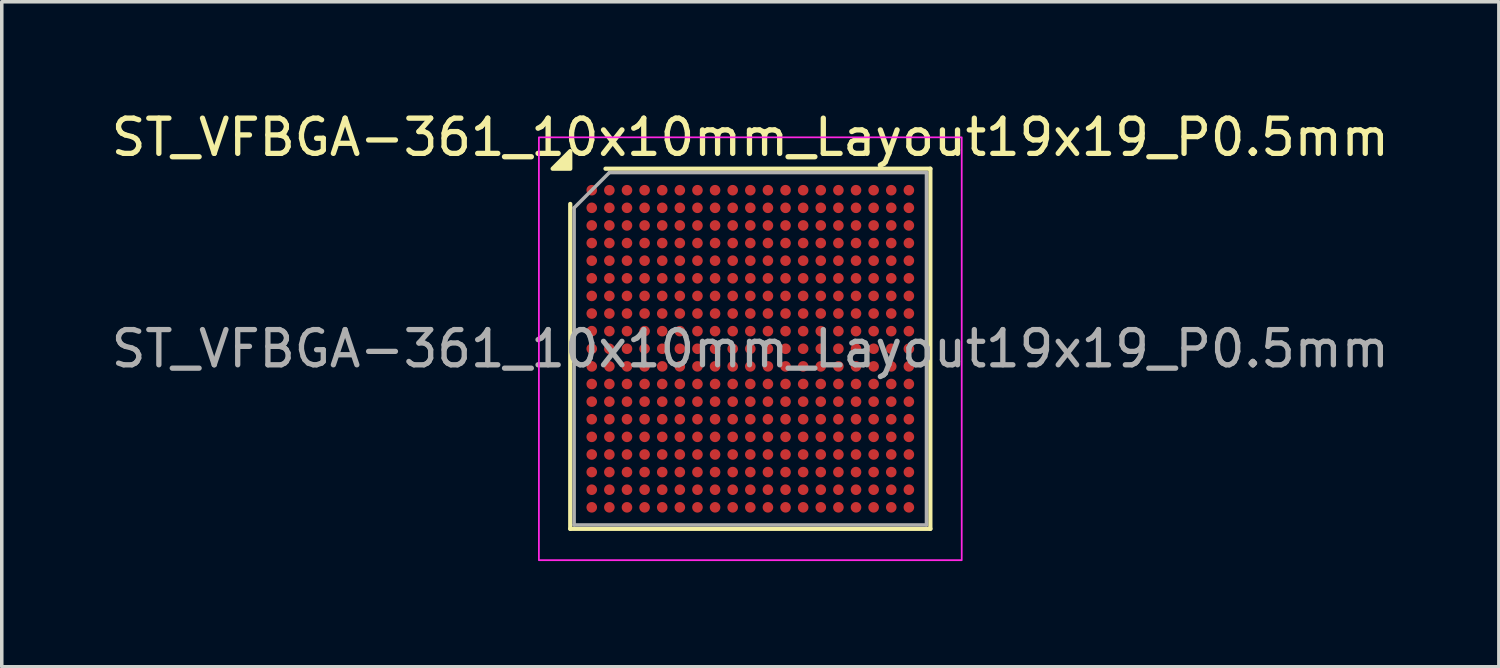
<source format=kicad_pcb>
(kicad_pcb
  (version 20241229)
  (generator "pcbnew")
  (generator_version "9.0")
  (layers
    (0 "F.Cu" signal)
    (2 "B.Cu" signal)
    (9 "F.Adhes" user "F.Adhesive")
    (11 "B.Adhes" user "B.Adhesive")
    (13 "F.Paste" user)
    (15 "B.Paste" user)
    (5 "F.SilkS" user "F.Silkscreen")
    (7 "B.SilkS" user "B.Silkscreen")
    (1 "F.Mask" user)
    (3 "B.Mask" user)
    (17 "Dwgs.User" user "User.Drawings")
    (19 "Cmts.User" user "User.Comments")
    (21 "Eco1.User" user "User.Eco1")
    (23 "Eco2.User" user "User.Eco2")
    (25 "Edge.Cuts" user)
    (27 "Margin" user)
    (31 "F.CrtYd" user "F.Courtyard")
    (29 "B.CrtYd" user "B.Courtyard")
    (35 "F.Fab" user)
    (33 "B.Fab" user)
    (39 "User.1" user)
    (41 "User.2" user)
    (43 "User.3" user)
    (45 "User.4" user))
  (footprint "ST_VFBGA-361_10x10mm_Layout19x19_P0.5mm"
    (layer "F.Cu")
    (at 18.244 6.848)
    (property "Reference" "ST_VFBGA-361_10x10mm_Layout19x19_P0.5mm" (at 0 -6 0) (layer "F.SilkS") (effects (font (size 1 1) (thickness 0.15))))
    (attr smd)
    (fp_line (start -5.11 5.11) (end -5.11 -4.11) (stroke (width 0.12) (type solid)) (layer "F.SilkS"))
    (fp_line (start -4.11 -5.11) (end 5.11 -5.11) (stroke (width 0.12) (type solid)) (layer "F.SilkS"))
    (fp_line (start 5.11 -5.11) (end 5.11 5.11) (stroke (width 0.12) (type solid)) (layer "F.SilkS"))
    (fp_line (start 5.11 5.11) (end -5.11 5.11) (stroke (width 0.12) (type solid)) (layer "F.SilkS"))
    (fp_poly (pts (xy -5.11 -5.11) (xy -5.61 -5.11) (xy -5.11 -5.61)) (stroke (width 0.12) (type solid)) (fill yes) (layer "F.SilkS"))
    (fp_rect (start -6 -6) (end 6 6) (stroke (width 0.05) (type solid)) (fill no) (layer "F.CrtYd"))
    (fp_line (start -5 -4) (end -4 -5) (stroke (width 0.1) (type solid)) (layer "F.Fab"))
    (fp_line (start -5 5) (end -5 -4) (stroke (width 0.1) (type solid)) (layer "F.Fab"))
    (fp_line (start -4 -5) (end 5 -5) (stroke (width 0.1) (type solid)) (layer "F.Fab"))
    (fp_line (start 5 -5) (end 5 5) (stroke (width 0.1) (type solid)) (layer "F.Fab"))
    (fp_line (start 5 5) (end -5 5) (stroke (width 0.1) (type solid)) (layer "F.Fab"))
    (fp_text user "${REFERENCE}" (at 0 0 0) (layer "F.Fab") (effects (font (size 1 1) (thickness 0.15))))
    (pad "A1" smd circle (at -4.5 -4.5) (size 0.3 0.3) (property pad_prop_bga) (layers "F.Cu" "F.Mask" "F.Paste"))
    (pad "A2" smd circle (at -4 -4.5) (size 0.3 0.3) (property pad_prop_bga) (layers "F.Cu" "F.Mask" "F.Paste"))
    (pad "A3" smd circle (at -3.5 -4.5) (size 0.3 0.3) (property pad_prop_bga) (layers "F.Cu" "F.Mask" "F.Paste"))
    (pad "A4" smd circle (at -3 -4.5) (size 0.3 0.3) (property pad_prop_bga) (layers "F.Cu" "F.Mask" "F.Paste"))
    (pad "A5" smd circle (at -2.5 -4.5) (size 0.3 0.3) (property pad_prop_bga) (layers "F.Cu" "F.Mask" "F.Paste"))
    (pad "A6" smd circle (at -2 -4.5) (size 0.3 0.3) (property pad_prop_bga) (layers "F.Cu" "F.Mask" "F.Paste"))
    (pad "A7" smd circle (at -1.5 -4.5) (size 0.3 0.3) (property pad_prop_bga) (layers "F.Cu" "F.Mask" "F.Paste"))
    (pad "A8" smd circle (at -1 -4.5) (size 0.3 0.3) (property pad_prop_bga) (layers "F.Cu" "F.Mask" "F.Paste"))
    (pad "A9" smd circle (at -0.5 -4.5) (size 0.3 0.3) (property pad_prop_bga) (layers "F.Cu" "F.Mask" "F.Paste"))
    (pad "A10" smd circle (at 0 -4.5) (size 0.3 0.3) (property pad_prop_bga) (layers "F.Cu" "F.Mask" "F.Paste"))
    (pad "A11" smd circle (at 0.5 -4.5) (size 0.3 0.3) (property pad_prop_bga) (layers "F.Cu" "F.Mask" "F.Paste"))
    (pad "A12" smd circle (at 1 -4.5) (size 0.3 0.3) (property pad_prop_bga) (layers "F.Cu" "F.Mask" "F.Paste"))
    (pad "A13" smd circle (at 1.5 -4.5) (size 0.3 0.3) (property pad_prop_bga) (layers "F.Cu" "F.Mask" "F.Paste"))
    (pad "A14" smd circle (at 2 -4.5) (size 0.3 0.3) (property pad_prop_bga) (layers "F.Cu" "F.Mask" "F.Paste"))
    (pad "A15" smd circle (at 2.5 -4.5) (size 0.3 0.3) (property pad_prop_bga) (layers "F.Cu" "F.Mask" "F.Paste"))
    (pad "A16" smd circle (at 3 -4.5) (size 0.3 0.3) (property pad_prop_bga) (layers "F.Cu" "F.Mask" "F.Paste"))
    (pad "A17" smd circle (at 3.5 -4.5) (size 0.3 0.3) (property pad_prop_bga) (layers "F.Cu" "F.Mask" "F.Paste"))
    (pad "A18" smd circle (at 4 -4.5) (size 0.3 0.3) (property pad_prop_bga) (layers "F.Cu" "F.Mask" "F.Paste"))
    (pad "A19" smd circle (at 4.5 -4.5) (size 0.3 0.3) (property pad_prop_bga) (layers "F.Cu" "F.Mask" "F.Paste"))
    (pad "B1" smd circle (at -4.5 -4) (size 0.3 0.3) (property pad_prop_bga) (layers "F.Cu" "F.Mask" "F.Paste"))
    (pad "B2" smd circle (at -4 -4) (size 0.3 0.3) (property pad_prop_bga) (layers "F.Cu" "F.Mask" "F.Paste"))
    (pad "B3" smd circle (at -3.5 -4) (size 0.3 0.3) (property pad_prop_bga) (layers "F.Cu" "F.Mask" "F.Paste"))
    (pad "B4" smd circle (at -3 -4) (size 0.3 0.3) (property pad_prop_bga) (layers "F.Cu" "F.Mask" "F.Paste"))
    (pad "B5" smd circle (at -2.5 -4) (size 0.3 0.3) (property pad_prop_bga) (layers "F.Cu" "F.Mask" "F.Paste"))
    (pad "B6" smd circle (at -2 -4) (size 0.3 0.3) (property pad_prop_bga) (layers "F.Cu" "F.Mask" "F.Paste"))
    (pad "B7" smd circle (at -1.5 -4) (size 0.3 0.3) (property pad_prop_bga) (layers "F.Cu" "F.Mask" "F.Paste"))
    (pad "B8" smd circle (at -1 -4) (size 0.3 0.3) (property pad_prop_bga) (layers "F.Cu" "F.Mask" "F.Paste"))
    (pad "B9" smd circle (at -0.5 -4) (size 0.3 0.3) (property pad_prop_bga) (layers "F.Cu" "F.Mask" "F.Paste"))
    (pad "B10" smd circle (at 0 -4) (size 0.3 0.3) (property pad_prop_bga) (layers "F.Cu" "F.Mask" "F.Paste"))
    (pad "B11" smd circle (at 0.5 -4) (size 0.3 0.3) (property pad_prop_bga) (layers "F.Cu" "F.Mask" "F.Paste"))
    (pad "B12" smd circle (at 1 -4) (size 0.3 0.3) (property pad_prop_bga) (layers "F.Cu" "F.Mask" "F.Paste"))
    (pad "B13" smd circle (at 1.5 -4) (size 0.3 0.3) (property pad_prop_bga) (layers "F.Cu" "F.Mask" "F.Paste"))
    (pad "B14" smd circle (at 2 -4) (size 0.3 0.3) (property pad_prop_bga) (layers "F.Cu" "F.Mask" "F.Paste"))
    (pad "B15" smd circle (at 2.5 -4) (size 0.3 0.3) (property pad_prop_bga) (layers "F.Cu" "F.Mask" "F.Paste"))
    (pad "B16" smd circle (at 3 -4) (size 0.3 0.3) (property pad_prop_bga) (layers "F.Cu" "F.Mask" "F.Paste"))
    (pad "B17" smd circle (at 3.5 -4) (size 0.3 0.3) (property pad_prop_bga) (layers "F.Cu" "F.Mask" "F.Paste"))
    (pad "B18" smd circle (at 4 -4) (size 0.3 0.3) (property pad_prop_bga) (layers "F.Cu" "F.Mask" "F.Paste"))
    (pad "B19" smd circle (at 4.5 -4) (size 0.3 0.3) (property pad_prop_bga) (layers "F.Cu" "F.Mask" "F.Paste"))
    (pad "C1" smd circle (at -4.5 -3.5) (size 0.3 0.3) (property pad_prop_bga) (layers "F.Cu" "F.Mask" "F.Paste"))
    (pad "C2" smd circle (at -4 -3.5) (size 0.3 0.3) (property pad_prop_bga) (layers "F.Cu" "F.Mask" "F.Paste"))
    (pad "C3" smd circle (at -3.5 -3.5) (size 0.3 0.3) (property pad_prop_bga) (layers "F.Cu" "F.Mask" "F.Paste"))
    (pad "C4" smd circle (at -3 -3.5) (size 0.3 0.3) (property pad_prop_bga) (layers "F.Cu" "F.Mask" "F.Paste"))
    (pad "C5" smd circle (at -2.5 -3.5) (size 0.3 0.3) (property pad_prop_bga) (layers "F.Cu" "F.Mask" "F.Paste"))
    (pad "C6" smd circle (at -2 -3.5) (size 0.3 0.3) (property pad_prop_bga) (layers "F.Cu" "F.Mask" "F.Paste"))
    (pad "C7" smd circle (at -1.5 -3.5) (size 0.3 0.3) (property pad_prop_bga) (layers "F.Cu" "F.Mask" "F.Paste"))
    (pad "C8" smd circle (at -1 -3.5) (size 0.3 0.3) (property pad_prop_bga) (layers "F.Cu" "F.Mask" "F.Paste"))
    (pad "C9" smd circle (at -0.5 -3.5) (size 0.3 0.3) (property pad_prop_bga) (layers "F.Cu" "F.Mask" "F.Paste"))
    (pad "C10" smd circle (at 0 -3.5) (size 0.3 0.3) (property pad_prop_bga) (layers "F.Cu" "F.Mask" "F.Paste"))
    (pad "C11" smd circle (at 0.5 -3.5) (size 0.3 0.3) (property pad_prop_bga) (layers "F.Cu" "F.Mask" "F.Paste"))
    (pad "C12" smd circle (at 1 -3.5) (size 0.3 0.3) (property pad_prop_bga) (layers "F.Cu" "F.Mask" "F.Paste"))
    (pad "C13" smd circle (at 1.5 -3.5) (size 0.3 0.3) (property pad_prop_bga) (layers "F.Cu" "F.Mask" "F.Paste"))
    (pad "C14" smd circle (at 2 -3.5) (size 0.3 0.3) (property pad_prop_bga) (layers "F.Cu" "F.Mask" "F.Paste"))
    (pad "C15" smd circle (at 2.5 -3.5) (size 0.3 0.3) (property pad_prop_bga) (layers "F.Cu" "F.Mask" "F.Paste"))
    (pad "C16" smd circle (at 3 -3.5) (size 0.3 0.3) (property pad_prop_bga) (layers "F.Cu" "F.Mask" "F.Paste"))
    (pad "C17" smd circle (at 3.5 -3.5) (size 0.3 0.3) (property pad_prop_bga) (layers "F.Cu" "F.Mask" "F.Paste"))
    (pad "C18" smd circle (at 4 -3.5) (size 0.3 0.3) (property pad_prop_bga) (layers "F.Cu" "F.Mask" "F.Paste"))
    (pad "C19" smd circle (at 4.5 -3.5) (size 0.3 0.3) (property pad_prop_bga) (layers "F.Cu" "F.Mask" "F.Paste"))
    (pad "D1" smd circle (at -4.5 -3) (size 0.3 0.3) (property pad_prop_bga) (layers "F.Cu" "F.Mask" "F.Paste"))
    (pad "D2" smd circle (at -4 -3) (size 0.3 0.3) (property pad_prop_bga) (layers "F.Cu" "F.Mask" "F.Paste"))
    (pad "D3" smd circle (at -3.5 -3) (size 0.3 0.3) (property pad_prop_bga) (layers "F.Cu" "F.Mask" "F.Paste"))
    (pad "D4" smd circle (at -3 -3) (size 0.3 0.3) (property pad_prop_bga) (layers "F.Cu" "F.Mask" "F.Paste"))
    (pad "D5" smd circle (at -2.5 -3) (size 0.3 0.3) (property pad_prop_bga) (layers "F.Cu" "F.Mask" "F.Paste"))
    (pad "D6" smd circle (at -2 -3) (size 0.3 0.3) (property pad_prop_bga) (layers "F.Cu" "F.Mask" "F.Paste"))
    (pad "D7" smd circle (at -1.5 -3) (size 0.3 0.3) (property pad_prop_bga) (layers "F.Cu" "F.Mask" "F.Paste"))
    (pad "D8" smd circle (at -1 -3) (size 0.3 0.3) (property pad_prop_bga) (layers "F.Cu" "F.Mask" "F.Paste"))
    (pad "D9" smd circle (at -0.5 -3) (size 0.3 0.3) (property pad_prop_bga) (layers "F.Cu" "F.Mask" "F.Paste"))
    (pad "D10" smd circle (at 0 -3) (size 0.3 0.3) (property pad_prop_bga) (layers "F.Cu" "F.Mask" "F.Paste"))
    (pad "D11" smd circle (at 0.5 -3) (size 0.3 0.3) (property pad_prop_bga) (layers "F.Cu" "F.Mask" "F.Paste"))
    (pad "D12" smd circle (at 1 -3) (size 0.3 0.3) (property pad_prop_bga) (layers "F.Cu" "F.Mask" "F.Paste"))
    (pad "D13" smd circle (at 1.5 -3) (size 0.3 0.3) (property pad_prop_bga) (layers "F.Cu" "F.Mask" "F.Paste"))
    (pad "D14" smd circle (at 2 -3) (size 0.3 0.3) (property pad_prop_bga) (layers "F.Cu" "F.Mask" "F.Paste"))
    (pad "D15" smd circle (at 2.5 -3) (size 0.3 0.3) (property pad_prop_bga) (layers "F.Cu" "F.Mask" "F.Paste"))
    (pad "D16" smd circle (at 3 -3) (size 0.3 0.3) (property pad_prop_bga) (layers "F.Cu" "F.Mask" "F.Paste"))
    (pad "D17" smd circle (at 3.5 -3) (size 0.3 0.3) (property pad_prop_bga) (layers "F.Cu" "F.Mask" "F.Paste"))
    (pad "D18" smd circle (at 4 -3) (size 0.3 0.3) (property pad_prop_bga) (layers "F.Cu" "F.Mask" "F.Paste"))
    (pad "D19" smd circle (at 4.5 -3) (size 0.3 0.3) (property pad_prop_bga) (layers "F.Cu" "F.Mask" "F.Paste"))
    (pad "E1" smd circle (at -4.5 -2.5) (size 0.3 0.3) (property pad_prop_bga) (layers "F.Cu" "F.Mask" "F.Paste"))
    (pad "E2" smd circle (at -4 -2.5) (size 0.3 0.3) (property pad_prop_bga) (layers "F.Cu" "F.Mask" "F.Paste"))
    (pad "E3" smd circle (at -3.5 -2.5) (size 0.3 0.3) (property pad_prop_bga) (layers "F.Cu" "F.Mask" "F.Paste"))
    (pad "E4" smd circle (at -3 -2.5) (size 0.3 0.3) (property pad_prop_bga) (layers "F.Cu" "F.Mask" "F.Paste"))
    (pad "E5" smd circle (at -2.5 -2.5) (size 0.3 0.3) (property pad_prop_bga) (layers "F.Cu" "F.Mask" "F.Paste"))
    (pad "E6" smd circle (at -2 -2.5) (size 0.3 0.3) (property pad_prop_bga) (layers "F.Cu" "F.Mask" "F.Paste"))
    (pad "E7" smd circle (at -1.5 -2.5) (size 0.3 0.3) (property pad_prop_bga) (layers "F.Cu" "F.Mask" "F.Paste"))
    (pad "E8" smd circle (at -1 -2.5) (size 0.3 0.3) (property pad_prop_bga) (layers "F.Cu" "F.Mask" "F.Paste"))
    (pad "E9" smd circle (at -0.5 -2.5) (size 0.3 0.3) (property pad_prop_bga) (layers "F.Cu" "F.Mask" "F.Paste"))
    (pad "E10" smd circle (at 0 -2.5) (size 0.3 0.3) (property pad_prop_bga) (layers "F.Cu" "F.Mask" "F.Paste"))
    (pad "E11" smd circle (at 0.5 -2.5) (size 0.3 0.3) (property pad_prop_bga) (layers "F.Cu" "F.Mask" "F.Paste"))
    (pad "E12" smd circle (at 1 -2.5) (size 0.3 0.3) (property pad_prop_bga) (layers "F.Cu" "F.Mask" "F.Paste"))
    (pad "E13" smd circle (at 1.5 -2.5) (size 0.3 0.3) (property pad_prop_bga) (layers "F.Cu" "F.Mask" "F.Paste"))
    (pad "E14" smd circle (at 2 -2.5) (size 0.3 0.3) (property pad_prop_bga) (layers "F.Cu" "F.Mask" "F.Paste"))
    (pad "E15" smd circle (at 2.5 -2.5) (size 0.3 0.3) (property pad_prop_bga) (layers "F.Cu" "F.Mask" "F.Paste"))
    (pad "E16" smd circle (at 3 -2.5) (size 0.3 0.3) (property pad_prop_bga) (layers "F.Cu" "F.Mask" "F.Paste"))
    (pad "E17" smd circle (at 3.5 -2.5) (size 0.3 0.3) (property pad_prop_bga) (layers "F.Cu" "F.Mask" "F.Paste"))
    (pad "E18" smd circle (at 4 -2.5) (size 0.3 0.3) (property pad_prop_bga) (layers "F.Cu" "F.Mask" "F.Paste"))
    (pad "E19" smd circle (at 4.5 -2.5) (size 0.3 0.3) (property pad_prop_bga) (layers "F.Cu" "F.Mask" "F.Paste"))
    (pad "F1" smd circle (at -4.5 -2) (size 0.3 0.3) (property pad_prop_bga) (layers "F.Cu" "F.Mask" "F.Paste"))
    (pad "F2" smd circle (at -4 -2) (size 0.3 0.3) (property pad_prop_bga) (layers "F.Cu" "F.Mask" "F.Paste"))
    (pad "F3" smd circle (at -3.5 -2) (size 0.3 0.3) (property pad_prop_bga) (layers "F.Cu" "F.Mask" "F.Paste"))
    (pad "F4" smd circle (at -3 -2) (size 0.3 0.3) (property pad_prop_bga) (layers "F.Cu" "F.Mask" "F.Paste"))
    (pad "F5" smd circle (at -2.5 -2) (size 0.3 0.3) (property pad_prop_bga) (layers "F.Cu" "F.Mask" "F.Paste"))
    (pad "F6" smd circle (at -2 -2) (size 0.3 0.3) (property pad_prop_bga) (layers "F.Cu" "F.Mask" "F.Paste"))
    (pad "F7" smd circle (at -1.5 -2) (size 0.3 0.3) (property pad_prop_bga) (layers "F.Cu" "F.Mask" "F.Paste"))
    (pad "F8" smd circle (at -1 -2) (size 0.3 0.3) (property pad_prop_bga) (layers "F.Cu" "F.Mask" "F.Paste"))
    (pad "F9" smd circle (at -0.5 -2) (size 0.3 0.3) (property pad_prop_bga) (layers "F.Cu" "F.Mask" "F.Paste"))
    (pad "F10" smd circle (at 0 -2) (size 0.3 0.3) (property pad_prop_bga) (layers "F.Cu" "F.Mask" "F.Paste"))
    (pad "F11" smd circle (at 0.5 -2) (size 0.3 0.3) (property pad_prop_bga) (layers "F.Cu" "F.Mask" "F.Paste"))
    (pad "F12" smd circle (at 1 -2) (size 0.3 0.3) (property pad_prop_bga) (layers "F.Cu" "F.Mask" "F.Paste"))
    (pad "F13" smd circle (at 1.5 -2) (size 0.3 0.3) (property pad_prop_bga) (layers "F.Cu" "F.Mask" "F.Paste"))
    (pad "F14" smd circle (at 2 -2) (size 0.3 0.3) (property pad_prop_bga) (layers "F.Cu" "F.Mask" "F.Paste"))
    (pad "F15" smd circle (at 2.5 -2) (size 0.3 0.3) (property pad_prop_bga) (layers "F.Cu" "F.Mask" "F.Paste"))
    (pad "F16" smd circle (at 3 -2) (size 0.3 0.3) (property pad_prop_bga) (layers "F.Cu" "F.Mask" "F.Paste"))
    (pad "F17" smd circle (at 3.5 -2) (size 0.3 0.3) (property pad_prop_bga) (layers "F.Cu" "F.Mask" "F.Paste"))
    (pad "F18" smd circle (at 4 -2) (size 0.3 0.3) (property pad_prop_bga) (layers "F.Cu" "F.Mask" "F.Paste"))
    (pad "F19" smd circle (at 4.5 -2) (size 0.3 0.3) (property pad_prop_bga) (layers "F.Cu" "F.Mask" "F.Paste"))
    (pad "G1" smd circle (at -4.5 -1.5) (size 0.3 0.3) (property pad_prop_bga) (layers "F.Cu" "F.Mask" "F.Paste"))
    (pad "G2" smd circle (at -4 -1.5) (size 0.3 0.3) (property pad_prop_bga) (layers "F.Cu" "F.Mask" "F.Paste"))
    (pad "G3" smd circle (at -3.5 -1.5) (size 0.3 0.3) (property pad_prop_bga) (layers "F.Cu" "F.Mask" "F.Paste"))
    (pad "G4" smd circle (at -3 -1.5) (size 0.3 0.3) (property pad_prop_bga) (layers "F.Cu" "F.Mask" "F.Paste"))
    (pad "G5" smd circle (at -2.5 -1.5) (size 0.3 0.3) (property pad_prop_bga) (layers "F.Cu" "F.Mask" "F.Paste"))
    (pad "G6" smd circle (at -2 -1.5) (size 0.3 0.3) (property pad_prop_bga) (layers "F.Cu" "F.Mask" "F.Paste"))
    (pad "G7" smd circle (at -1.5 -1.5) (size 0.3 0.3) (property pad_prop_bga) (layers "F.Cu" "F.Mask" "F.Paste"))
    (pad "G8" smd circle (at -1 -1.5) (size 0.3 0.3) (property pad_prop_bga) (layers "F.Cu" "F.Mask" "F.Paste"))
    (pad "G9" smd circle (at -0.5 -1.5) (size 0.3 0.3) (property pad_prop_bga) (layers "F.Cu" "F.Mask" "F.Paste"))
    (pad "G10" smd circle (at 0 -1.5) (size 0.3 0.3) (property pad_prop_bga) (layers "F.Cu" "F.Mask" "F.Paste"))
    (pad "G11" smd circle (at 0.5 -1.5) (size 0.3 0.3) (property pad_prop_bga) (layers "F.Cu" "F.Mask" "F.Paste"))
    (pad "G12" smd circle (at 1 -1.5) (size 0.3 0.3) (property pad_prop_bga) (layers "F.Cu" "F.Mask" "F.Paste"))
    (pad "G13" smd circle (at 1.5 -1.5) (size 0.3 0.3) (property pad_prop_bga) (layers "F.Cu" "F.Mask" "F.Paste"))
    (pad "G14" smd circle (at 2 -1.5) (size 0.3 0.3) (property pad_prop_bga) (layers "F.Cu" "F.Mask" "F.Paste"))
    (pad "G15" smd circle (at 2.5 -1.5) (size 0.3 0.3) (property pad_prop_bga) (layers "F.Cu" "F.Mask" "F.Paste"))
    (pad "G16" smd circle (at 3 -1.5) (size 0.3 0.3) (property pad_prop_bga) (layers "F.Cu" "F.Mask" "F.Paste"))
    (pad "G17" smd circle (at 3.5 -1.5) (size 0.3 0.3) (property pad_prop_bga) (layers "F.Cu" "F.Mask" "F.Paste"))
    (pad "G18" smd circle (at 4 -1.5) (size 0.3 0.3) (property pad_prop_bga) (layers "F.Cu" "F.Mask" "F.Paste"))
    (pad "G19" smd circle (at 4.5 -1.5) (size 0.3 0.3) (property pad_prop_bga) (layers "F.Cu" "F.Mask" "F.Paste"))
    (pad "H1" smd circle (at -4.5 -1) (size 0.3 0.3) (property pad_prop_bga) (layers "F.Cu" "F.Mask" "F.Paste"))
    (pad "H2" smd circle (at -4 -1) (size 0.3 0.3) (property pad_prop_bga) (layers "F.Cu" "F.Mask" "F.Paste"))
    (pad "H3" smd circle (at -3.5 -1) (size 0.3 0.3) (property pad_prop_bga) (layers "F.Cu" "F.Mask" "F.Paste"))
    (pad "H4" smd circle (at -3 -1) (size 0.3 0.3) (property pad_prop_bga) (layers "F.Cu" "F.Mask" "F.Paste"))
    (pad "H5" smd circle (at -2.5 -1) (size 0.3 0.3) (property pad_prop_bga) (layers "F.Cu" "F.Mask" "F.Paste"))
    (pad "H6" smd circle (at -2 -1) (size 0.3 0.3) (property pad_prop_bga) (layers "F.Cu" "F.Mask" "F.Paste"))
    (pad "H7" smd circle (at -1.5 -1) (size 0.3 0.3) (property pad_prop_bga) (layers "F.Cu" "F.Mask" "F.Paste"))
    (pad "H8" smd circle (at -1 -1) (size 0.3 0.3) (property pad_prop_bga) (layers "F.Cu" "F.Mask" "F.Paste"))
    (pad "H9" smd circle (at -0.5 -1) (size 0.3 0.3) (property pad_prop_bga) (layers "F.Cu" "F.Mask" "F.Paste"))
    (pad "H10" smd circle (at 0 -1) (size 0.3 0.3) (property pad_prop_bga) (layers "F.Cu" "F.Mask" "F.Paste"))
    (pad "H11" smd circle (at 0.5 -1) (size 0.3 0.3) (property pad_prop_bga) (layers "F.Cu" "F.Mask" "F.Paste"))
    (pad "H12" smd circle (at 1 -1) (size 0.3 0.3) (property pad_prop_bga) (layers "F.Cu" "F.Mask" "F.Paste"))
    (pad "H13" smd circle (at 1.5 -1) (size 0.3 0.3) (property pad_prop_bga) (layers "F.Cu" "F.Mask" "F.Paste"))
    (pad "H14" smd circle (at 2 -1) (size 0.3 0.3) (property pad_prop_bga) (layers "F.Cu" "F.Mask" "F.Paste"))
    (pad "H15" smd circle (at 2.5 -1) (size 0.3 0.3) (property pad_prop_bga) (layers "F.Cu" "F.Mask" "F.Paste"))
    (pad "H16" smd circle (at 3 -1) (size 0.3 0.3) (property pad_prop_bga) (layers "F.Cu" "F.Mask" "F.Paste"))
    (pad "H17" smd circle (at 3.5 -1) (size 0.3 0.3) (property pad_prop_bga) (layers "F.Cu" "F.Mask" "F.Paste"))
    (pad "H18" smd circle (at 4 -1) (size 0.3 0.3) (property pad_prop_bga) (layers "F.Cu" "F.Mask" "F.Paste"))
    (pad "H19" smd circle (at 4.5 -1) (size 0.3 0.3) (property pad_prop_bga) (layers "F.Cu" "F.Mask" "F.Paste"))
    (pad "J1" smd circle (at -4.5 -0.5) (size 0.3 0.3) (property pad_prop_bga) (layers "F.Cu" "F.Mask" "F.Paste"))
    (pad "J2" smd circle (at -4 -0.5) (size 0.3 0.3) (property pad_prop_bga) (layers "F.Cu" "F.Mask" "F.Paste"))
    (pad "J3" smd circle (at -3.5 -0.5) (size 0.3 0.3) (property pad_prop_bga) (layers "F.Cu" "F.Mask" "F.Paste"))
    (pad "J4" smd circle (at -3 -0.5) (size 0.3 0.3) (property pad_prop_bga) (layers "F.Cu" "F.Mask" "F.Paste"))
    (pad "J5" smd circle (at -2.5 -0.5) (size 0.3 0.3) (property pad_prop_bga) (layers "F.Cu" "F.Mask" "F.Paste"))
    (pad "J6" smd circle (at -2 -0.5) (size 0.3 0.3) (property pad_prop_bga) (layers "F.Cu" "F.Mask" "F.Paste"))
    (pad "J7" smd circle (at -1.5 -0.5) (size 0.3 0.3) (property pad_prop_bga) (layers "F.Cu" "F.Mask" "F.Paste"))
    (pad "J8" smd circle (at -1 -0.5) (size 0.3 0.3) (property pad_prop_bga) (layers "F.Cu" "F.Mask" "F.Paste"))
    (pad "J9" smd circle (at -0.5 -0.5) (size 0.3 0.3) (property pad_prop_bga) (layers "F.Cu" "F.Mask" "F.Paste"))
    (pad "J10" smd circle (at 0 -0.5) (size 0.3 0.3) (property pad_prop_bga) (layers "F.Cu" "F.Mask" "F.Paste"))
    (pad "J11" smd circle (at 0.5 -0.5) (size 0.3 0.3) (property pad_prop_bga) (layers "F.Cu" "F.Mask" "F.Paste"))
    (pad "J12" smd circle (at 1 -0.5) (size 0.3 0.3) (property pad_prop_bga) (layers "F.Cu" "F.Mask" "F.Paste"))
    (pad "J13" smd circle (at 1.5 -0.5) (size 0.3 0.3) (property pad_prop_bga) (layers "F.Cu" "F.Mask" "F.Paste"))
    (pad "J14" smd circle (at 2 -0.5) (size 0.3 0.3) (property pad_prop_bga) (layers "F.Cu" "F.Mask" "F.Paste"))
    (pad "J15" smd circle (at 2.5 -0.5) (size 0.3 0.3) (property pad_prop_bga) (layers "F.Cu" "F.Mask" "F.Paste"))
    (pad "J16" smd circle (at 3 -0.5) (size 0.3 0.3) (property pad_prop_bga) (layers "F.Cu" "F.Mask" "F.Paste"))
    (pad "J17" smd circle (at 3.5 -0.5) (size 0.3 0.3) (property pad_prop_bga) (layers "F.Cu" "F.Mask" "F.Paste"))
    (pad "J18" smd circle (at 4 -0.5) (size 0.3 0.3) (property pad_prop_bga) (layers "F.Cu" "F.Mask" "F.Paste"))
    (pad "J19" smd circle (at 4.5 -0.5) (size 0.3 0.3) (property pad_prop_bga) (layers "F.Cu" "F.Mask" "F.Paste"))
    (pad "K1" smd circle (at -4.5 0) (size 0.3 0.3) (property pad_prop_bga) (layers "F.Cu" "F.Mask" "F.Paste"))
    (pad "K2" smd circle (at -4 0) (size 0.3 0.3) (property pad_prop_bga) (layers "F.Cu" "F.Mask" "F.Paste"))
    (pad "K3" smd circle (at -3.5 0) (size 0.3 0.3) (property pad_prop_bga) (layers "F.Cu" "F.Mask" "F.Paste"))
    (pad "K4" smd circle (at -3 0) (size 0.3 0.3) (property pad_prop_bga) (layers "F.Cu" "F.Mask" "F.Paste"))
    (pad "K5" smd circle (at -2.5 0) (size 0.3 0.3) (property pad_prop_bga) (layers "F.Cu" "F.Mask" "F.Paste"))
    (pad "K6" smd circle (at -2 0) (size 0.3 0.3) (property pad_prop_bga) (layers "F.Cu" "F.Mask" "F.Paste"))
    (pad "K7" smd circle (at -1.5 0) (size 0.3 0.3) (property pad_prop_bga) (layers "F.Cu" "F.Mask" "F.Paste"))
    (pad "K8" smd circle (at -1 0) (size 0.3 0.3) (property pad_prop_bga) (layers "F.Cu" "F.Mask" "F.Paste"))
    (pad "K9" smd circle (at -0.5 0) (size 0.3 0.3) (property pad_prop_bga) (layers "F.Cu" "F.Mask" "F.Paste"))
    (pad "K10" smd circle (at 0 0) (size 0.3 0.3) (property pad_prop_bga) (layers "F.Cu" "F.Mask" "F.Paste"))
    (pad "K11" smd circle (at 0.5 0) (size 0.3 0.3) (property pad_prop_bga) (layers "F.Cu" "F.Mask" "F.Paste"))
    (pad "K12" smd circle (at 1 0) (size 0.3 0.3) (property pad_prop_bga) (layers "F.Cu" "F.Mask" "F.Paste"))
    (pad "K13" smd circle (at 1.5 0) (size 0.3 0.3) (property pad_prop_bga) (layers "F.Cu" "F.Mask" "F.Paste"))
    (pad "K14" smd circle (at 2 0) (size 0.3 0.3) (property pad_prop_bga) (layers "F.Cu" "F.Mask" "F.Paste"))
    (pad "K15" smd circle (at 2.5 0) (size 0.3 0.3) (property pad_prop_bga) (layers "F.Cu" "F.Mask" "F.Paste"))
    (pad "K16" smd circle (at 3 0) (size 0.3 0.3) (property pad_prop_bga) (layers "F.Cu" "F.Mask" "F.Paste"))
    (pad "K17" smd circle (at 3.5 0) (size 0.3 0.3) (property pad_prop_bga) (layers "F.Cu" "F.Mask" "F.Paste"))
    (pad "K18" smd circle (at 4 0) (size 0.3 0.3) (property pad_prop_bga) (layers "F.Cu" "F.Mask" "F.Paste"))
    (pad "K19" smd circle (at 4.5 0) (size 0.3 0.3) (property pad_prop_bga) (layers "F.Cu" "F.Mask" "F.Paste"))
    (pad "L1" smd circle (at -4.5 0.5) (size 0.3 0.3) (property pad_prop_bga) (layers "F.Cu" "F.Mask" "F.Paste"))
    (pad "L2" smd circle (at -4 0.5) (size 0.3 0.3) (property pad_prop_bga) (layers "F.Cu" "F.Mask" "F.Paste"))
    (pad "L3" smd circle (at -3.5 0.5) (size 0.3 0.3) (property pad_prop_bga) (layers "F.Cu" "F.Mask" "F.Paste"))
    (pad "L4" smd circle (at -3 0.5) (size 0.3 0.3) (property pad_prop_bga) (layers "F.Cu" "F.Mask" "F.Paste"))
    (pad "L5" smd circle (at -2.5 0.5) (size 0.3 0.3) (property pad_prop_bga) (layers "F.Cu" "F.Mask" "F.Paste"))
    (pad "L6" smd circle (at -2 0.5) (size 0.3 0.3) (property pad_prop_bga) (layers "F.Cu" "F.Mask" "F.Paste"))
    (pad "L7" smd circle (at -1.5 0.5) (size 0.3 0.3) (property pad_prop_bga) (layers "F.Cu" "F.Mask" "F.Paste"))
    (pad "L8" smd circle (at -1 0.5) (size 0.3 0.3) (property pad_prop_bga) (layers "F.Cu" "F.Mask" "F.Paste"))
    (pad "L9" smd circle (at -0.5 0.5) (size 0.3 0.3) (property pad_prop_bga) (layers "F.Cu" "F.Mask" "F.Paste"))
    (pad "L10" smd circle (at 0 0.5) (size 0.3 0.3) (property pad_prop_bga) (layers "F.Cu" "F.Mask" "F.Paste"))
    (pad "L11" smd circle (at 0.5 0.5) (size 0.3 0.3) (property pad_prop_bga) (layers "F.Cu" "F.Mask" "F.Paste"))
    (pad "L12" smd circle (at 1 0.5) (size 0.3 0.3) (property pad_prop_bga) (layers "F.Cu" "F.Mask" "F.Paste"))
    (pad "L13" smd circle (at 1.5 0.5) (size 0.3 0.3) (property pad_prop_bga) (layers "F.Cu" "F.Mask" "F.Paste"))
    (pad "L14" smd circle (at 2 0.5) (size 0.3 0.3) (property pad_prop_bga) (layers "F.Cu" "F.Mask" "F.Paste"))
    (pad "L15" smd circle (at 2.5 0.5) (size 0.3 0.3) (property pad_prop_bga) (layers "F.Cu" "F.Mask" "F.Paste"))
    (pad "L16" smd circle (at 3 0.5) (size 0.3 0.3) (property pad_prop_bga) (layers "F.Cu" "F.Mask" "F.Paste"))
    (pad "L17" smd circle (at 3.5 0.5) (size 0.3 0.3) (property pad_prop_bga) (layers "F.Cu" "F.Mask" "F.Paste"))
    (pad "L18" smd circle (at 4 0.5) (size 0.3 0.3) (property pad_prop_bga) (layers "F.Cu" "F.Mask" "F.Paste"))
    (pad "L19" smd circle (at 4.5 0.5) (size 0.3 0.3) (property pad_prop_bga) (layers "F.Cu" "F.Mask" "F.Paste"))
    (pad "M1" smd circle (at -4.5 1) (size 0.3 0.3) (property pad_prop_bga) (layers "F.Cu" "F.Mask" "F.Paste"))
    (pad "M2" smd circle (at -4 1) (size 0.3 0.3) (property pad_prop_bga) (layers "F.Cu" "F.Mask" "F.Paste"))
    (pad "M3" smd circle (at -3.5 1) (size 0.3 0.3) (property pad_prop_bga) (layers "F.Cu" "F.Mask" "F.Paste"))
    (pad "M4" smd circle (at -3 1) (size 0.3 0.3) (property pad_prop_bga) (layers "F.Cu" "F.Mask" "F.Paste"))
    (pad "M5" smd circle (at -2.5 1) (size 0.3 0.3) (property pad_prop_bga) (layers "F.Cu" "F.Mask" "F.Paste"))
    (pad "M6" smd circle (at -2 1) (size 0.3 0.3) (property pad_prop_bga) (layers "F.Cu" "F.Mask" "F.Paste"))
    (pad "M7" smd circle (at -1.5 1) (size 0.3 0.3) (property pad_prop_bga) (layers "F.Cu" "F.Mask" "F.Paste"))
    (pad "M8" smd circle (at -1 1) (size 0.3 0.3) (property pad_prop_bga) (layers "F.Cu" "F.Mask" "F.Paste"))
    (pad "M9" smd circle (at -0.5 1) (size 0.3 0.3) (property pad_prop_bga) (layers "F.Cu" "F.Mask" "F.Paste"))
    (pad "M10" smd circle (at 0 1) (size 0.3 0.3) (property pad_prop_bga) (layers "F.Cu" "F.Mask" "F.Paste"))
    (pad "M11" smd circle (at 0.5 1) (size 0.3 0.3) (property pad_prop_bga) (layers "F.Cu" "F.Mask" "F.Paste"))
    (pad "M12" smd circle (at 1 1) (size 0.3 0.3) (property pad_prop_bga) (layers "F.Cu" "F.Mask" "F.Paste"))
    (pad "M13" smd circle (at 1.5 1) (size 0.3 0.3) (property pad_prop_bga) (layers "F.Cu" "F.Mask" "F.Paste"))
    (pad "M14" smd circle (at 2 1) (size 0.3 0.3) (property pad_prop_bga) (layers "F.Cu" "F.Mask" "F.Paste"))
    (pad "M15" smd circle (at 2.5 1) (size 0.3 0.3) (property pad_prop_bga) (layers "F.Cu" "F.Mask" "F.Paste"))
    (pad "M16" smd circle (at 3 1) (size 0.3 0.3) (property pad_prop_bga) (layers "F.Cu" "F.Mask" "F.Paste"))
    (pad "M17" smd circle (at 3.5 1) (size 0.3 0.3) (property pad_prop_bga) (layers "F.Cu" "F.Mask" "F.Paste"))
    (pad "M18" smd circle (at 4 1) (size 0.3 0.3) (property pad_prop_bga) (layers "F.Cu" "F.Mask" "F.Paste"))
    (pad "M19" smd circle (at 4.5 1) (size 0.3 0.3) (property pad_prop_bga) (layers "F.Cu" "F.Mask" "F.Paste"))
    (pad "N1" smd circle (at -4.5 1.5) (size 0.3 0.3) (property pad_prop_bga) (layers "F.Cu" "F.Mask" "F.Paste"))
    (pad "N2" smd circle (at -4 1.5) (size 0.3 0.3) (property pad_prop_bga) (layers "F.Cu" "F.Mask" "F.Paste"))
    (pad "N3" smd circle (at -3.5 1.5) (size 0.3 0.3) (property pad_prop_bga) (layers "F.Cu" "F.Mask" "F.Paste"))
    (pad "N4" smd circle (at -3 1.5) (size 0.3 0.3) (property pad_prop_bga) (layers "F.Cu" "F.Mask" "F.Paste"))
    (pad "N5" smd circle (at -2.5 1.5) (size 0.3 0.3) (property pad_prop_bga) (layers "F.Cu" "F.Mask" "F.Paste"))
    (pad "N6" smd circle (at -2 1.5) (size 0.3 0.3) (property pad_prop_bga) (layers "F.Cu" "F.Mask" "F.Paste"))
    (pad "N7" smd circle (at -1.5 1.5) (size 0.3 0.3) (property pad_prop_bga) (layers "F.Cu" "F.Mask" "F.Paste"))
    (pad "N8" smd circle (at -1 1.5) (size 0.3 0.3) (property pad_prop_bga) (layers "F.Cu" "F.Mask" "F.Paste"))
    (pad "N9" smd circle (at -0.5 1.5) (size 0.3 0.3) (property pad_prop_bga) (layers "F.Cu" "F.Mask" "F.Paste"))
    (pad "N10" smd circle (at 0 1.5) (size 0.3 0.3) (property pad_prop_bga) (layers "F.Cu" "F.Mask" "F.Paste"))
    (pad "N11" smd circle (at 0.5 1.5) (size 0.3 0.3) (property pad_prop_bga) (layers "F.Cu" "F.Mask" "F.Paste"))
    (pad "N12" smd circle (at 1 1.5) (size 0.3 0.3) (property pad_prop_bga) (layers "F.Cu" "F.Mask" "F.Paste"))
    (pad "N13" smd circle (at 1.5 1.5) (size 0.3 0.3) (property pad_prop_bga) (layers "F.Cu" "F.Mask" "F.Paste"))
    (pad "N14" smd circle (at 2 1.5) (size 0.3 0.3) (property pad_prop_bga) (layers "F.Cu" "F.Mask" "F.Paste"))
    (pad "N15" smd circle (at 2.5 1.5) (size 0.3 0.3) (property pad_prop_bga) (layers "F.Cu" "F.Mask" "F.Paste"))
    (pad "N16" smd circle (at 3 1.5) (size 0.3 0.3) (property pad_prop_bga) (layers "F.Cu" "F.Mask" "F.Paste"))
    (pad "N17" smd circle (at 3.5 1.5) (size 0.3 0.3) (property pad_prop_bga) (layers "F.Cu" "F.Mask" "F.Paste"))
    (pad "N18" smd circle (at 4 1.5) (size 0.3 0.3) (property pad_prop_bga) (layers "F.Cu" "F.Mask" "F.Paste"))
    (pad "N19" smd circle (at 4.5 1.5) (size 0.3 0.3) (property pad_prop_bga) (layers "F.Cu" "F.Mask" "F.Paste"))
    (pad "P1" smd circle (at -4.5 2) (size 0.3 0.3) (property pad_prop_bga) (layers "F.Cu" "F.Mask" "F.Paste"))
    (pad "P2" smd circle (at -4 2) (size 0.3 0.3) (property pad_prop_bga) (layers "F.Cu" "F.Mask" "F.Paste"))
    (pad "P3" smd circle (at -3.5 2) (size 0.3 0.3) (property pad_prop_bga) (layers "F.Cu" "F.Mask" "F.Paste"))
    (pad "P4" smd circle (at -3 2) (size 0.3 0.3) (property pad_prop_bga) (layers "F.Cu" "F.Mask" "F.Paste"))
    (pad "P5" smd circle (at -2.5 2) (size 0.3 0.3) (property pad_prop_bga) (layers "F.Cu" "F.Mask" "F.Paste"))
    (pad "P6" smd circle (at -2 2) (size 0.3 0.3) (property pad_prop_bga) (layers "F.Cu" "F.Mask" "F.Paste"))
    (pad "P7" smd circle (at -1.5 2) (size 0.3 0.3) (property pad_prop_bga) (layers "F.Cu" "F.Mask" "F.Paste"))
    (pad "P8" smd circle (at -1 2) (size 0.3 0.3) (property pad_prop_bga) (layers "F.Cu" "F.Mask" "F.Paste"))
    (pad "P9" smd circle (at -0.5 2) (size 0.3 0.3) (property pad_prop_bga) (layers "F.Cu" "F.Mask" "F.Paste"))
    (pad "P10" smd circle (at 0 2) (size 0.3 0.3) (property pad_prop_bga) (layers "F.Cu" "F.Mask" "F.Paste"))
    (pad "P11" smd circle (at 0.5 2) (size 0.3 0.3) (property pad_prop_bga) (layers "F.Cu" "F.Mask" "F.Paste"))
    (pad "P12" smd circle (at 1 2) (size 0.3 0.3) (property pad_prop_bga) (layers "F.Cu" "F.Mask" "F.Paste"))
    (pad "P13" smd circle (at 1.5 2) (size 0.3 0.3) (property pad_prop_bga) (layers "F.Cu" "F.Mask" "F.Paste"))
    (pad "P14" smd circle (at 2 2) (size 0.3 0.3) (property pad_prop_bga) (layers "F.Cu" "F.Mask" "F.Paste"))
    (pad "P15" smd circle (at 2.5 2) (size 0.3 0.3) (property pad_prop_bga) (layers "F.Cu" "F.Mask" "F.Paste"))
    (pad "P16" smd circle (at 3 2) (size 0.3 0.3) (property pad_prop_bga) (layers "F.Cu" "F.Mask" "F.Paste"))
    (pad "P17" smd circle (at 3.5 2) (size 0.3 0.3) (property pad_prop_bga) (layers "F.Cu" "F.Mask" "F.Paste"))
    (pad "P18" smd circle (at 4 2) (size 0.3 0.3) (property pad_prop_bga) (layers "F.Cu" "F.Mask" "F.Paste"))
    (pad "P19" smd circle (at 4.5 2) (size 0.3 0.3) (property pad_prop_bga) (layers "F.Cu" "F.Mask" "F.Paste"))
    (pad "R1" smd circle (at -4.5 2.5) (size 0.3 0.3) (property pad_prop_bga) (layers "F.Cu" "F.Mask" "F.Paste"))
    (pad "R2" smd circle (at -4 2.5) (size 0.3 0.3) (property pad_prop_bga) (layers "F.Cu" "F.Mask" "F.Paste"))
    (pad "R3" smd circle (at -3.5 2.5) (size 0.3 0.3) (property pad_prop_bga) (layers "F.Cu" "F.Mask" "F.Paste"))
    (pad "R4" smd circle (at -3 2.5) (size 0.3 0.3) (property pad_prop_bga) (layers "F.Cu" "F.Mask" "F.Paste"))
    (pad "R5" smd circle (at -2.5 2.5) (size 0.3 0.3) (property pad_prop_bga) (layers "F.Cu" "F.Mask" "F.Paste"))
    (pad "R6" smd circle (at -2 2.5) (size 0.3 0.3) (property pad_prop_bga) (layers "F.Cu" "F.Mask" "F.Paste"))
    (pad "R7" smd circle (at -1.5 2.5) (size 0.3 0.3) (property pad_prop_bga) (layers "F.Cu" "F.Mask" "F.Paste"))
    (pad "R8" smd circle (at -1 2.5) (size 0.3 0.3) (property pad_prop_bga) (layers "F.Cu" "F.Mask" "F.Paste"))
    (pad "R9" smd circle (at -0.5 2.5) (size 0.3 0.3) (property pad_prop_bga) (layers "F.Cu" "F.Mask" "F.Paste"))
    (pad "R10" smd circle (at 0 2.5) (size 0.3 0.3) (property pad_prop_bga) (layers "F.Cu" "F.Mask" "F.Paste"))
    (pad "R11" smd circle (at 0.5 2.5) (size 0.3 0.3) (property pad_prop_bga) (layers "F.Cu" "F.Mask" "F.Paste"))
    (pad "R12" smd circle (at 1 2.5) (size 0.3 0.3) (property pad_prop_bga) (layers "F.Cu" "F.Mask" "F.Paste"))
    (pad "R13" smd circle (at 1.5 2.5) (size 0.3 0.3) (property pad_prop_bga) (layers "F.Cu" "F.Mask" "F.Paste"))
    (pad "R14" smd circle (at 2 2.5) (size 0.3 0.3) (property pad_prop_bga) (layers "F.Cu" "F.Mask" "F.Paste"))
    (pad "R15" smd circle (at 2.5 2.5) (size 0.3 0.3) (property pad_prop_bga) (layers "F.Cu" "F.Mask" "F.Paste"))
    (pad "R16" smd circle (at 3 2.5) (size 0.3 0.3) (property pad_prop_bga) (layers "F.Cu" "F.Mask" "F.Paste"))
    (pad "R17" smd circle (at 3.5 2.5) (size 0.3 0.3) (property pad_prop_bga) (layers "F.Cu" "F.Mask" "F.Paste"))
    (pad "R18" smd circle (at 4 2.5) (size 0.3 0.3) (property pad_prop_bga) (layers "F.Cu" "F.Mask" "F.Paste"))
    (pad "R19" smd circle (at 4.5 2.5) (size 0.3 0.3) (property pad_prop_bga) (layers "F.Cu" "F.Mask" "F.Paste"))
    (pad "T1" smd circle (at -4.5 3) (size 0.3 0.3) (property pad_prop_bga) (layers "F.Cu" "F.Mask" "F.Paste"))
    (pad "T2" smd circle (at -4 3) (size 0.3 0.3) (property pad_prop_bga) (layers "F.Cu" "F.Mask" "F.Paste"))
    (pad "T3" smd circle (at -3.5 3) (size 0.3 0.3) (property pad_prop_bga) (layers "F.Cu" "F.Mask" "F.Paste"))
    (pad "T4" smd circle (at -3 3) (size 0.3 0.3) (property pad_prop_bga) (layers "F.Cu" "F.Mask" "F.Paste"))
    (pad "T5" smd circle (at -2.5 3) (size 0.3 0.3) (property pad_prop_bga) (layers "F.Cu" "F.Mask" "F.Paste"))
    (pad "T6" smd circle (at -2 3) (size 0.3 0.3) (property pad_prop_bga) (layers "F.Cu" "F.Mask" "F.Paste"))
    (pad "T7" smd circle (at -1.5 3) (size 0.3 0.3) (property pad_prop_bga) (layers "F.Cu" "F.Mask" "F.Paste"))
    (pad "T8" smd circle (at -1 3) (size 0.3 0.3) (property pad_prop_bga) (layers "F.Cu" "F.Mask" "F.Paste"))
    (pad "T9" smd circle (at -0.5 3) (size 0.3 0.3) (property pad_prop_bga) (layers "F.Cu" "F.Mask" "F.Paste"))
    (pad "T10" smd circle (at 0 3) (size 0.3 0.3) (property pad_prop_bga) (layers "F.Cu" "F.Mask" "F.Paste"))
    (pad "T11" smd circle (at 0.5 3) (size 0.3 0.3) (property pad_prop_bga) (layers "F.Cu" "F.Mask" "F.Paste"))
    (pad "T12" smd circle (at 1 3) (size 0.3 0.3) (property pad_prop_bga) (layers "F.Cu" "F.Mask" "F.Paste"))
    (pad "T13" smd circle (at 1.5 3) (size 0.3 0.3) (property pad_prop_bga) (layers "F.Cu" "F.Mask" "F.Paste"))
    (pad "T14" smd circle (at 2 3) (size 0.3 0.3) (property pad_prop_bga) (layers "F.Cu" "F.Mask" "F.Paste"))
    (pad "T15" smd circle (at 2.5 3) (size 0.3 0.3) (property pad_prop_bga) (layers "F.Cu" "F.Mask" "F.Paste"))
    (pad "T16" smd circle (at 3 3) (size 0.3 0.3) (property pad_prop_bga) (layers "F.Cu" "F.Mask" "F.Paste"))
    (pad "T17" smd circle (at 3.5 3) (size 0.3 0.3) (property pad_prop_bga) (layers "F.Cu" "F.Mask" "F.Paste"))
    (pad "T18" smd circle (at 4 3) (size 0.3 0.3) (property pad_prop_bga) (layers "F.Cu" "F.Mask" "F.Paste"))
    (pad "T19" smd circle (at 4.5 3) (size 0.3 0.3) (property pad_prop_bga) (layers "F.Cu" "F.Mask" "F.Paste"))
    (pad "U1" smd circle (at -4.5 3.5) (size 0.3 0.3) (property pad_prop_bga) (layers "F.Cu" "F.Mask" "F.Paste"))
    (pad "U2" smd circle (at -4 3.5) (size 0.3 0.3) (property pad_prop_bga) (layers "F.Cu" "F.Mask" "F.Paste"))
    (pad "U3" smd circle (at -3.5 3.5) (size 0.3 0.3) (property pad_prop_bga) (layers "F.Cu" "F.Mask" "F.Paste"))
    (pad "U4" smd circle (at -3 3.5) (size 0.3 0.3) (property pad_prop_bga) (layers "F.Cu" "F.Mask" "F.Paste"))
    (pad "U5" smd circle (at -2.5 3.5) (size 0.3 0.3) (property pad_prop_bga) (layers "F.Cu" "F.Mask" "F.Paste"))
    (pad "U6" smd circle (at -2 3.5) (size 0.3 0.3) (property pad_prop_bga) (layers "F.Cu" "F.Mask" "F.Paste"))
    (pad "U7" smd circle (at -1.5 3.5) (size 0.3 0.3) (property pad_prop_bga) (layers "F.Cu" "F.Mask" "F.Paste"))
    (pad "U8" smd circle (at -1 3.5) (size 0.3 0.3) (property pad_prop_bga) (layers "F.Cu" "F.Mask" "F.Paste"))
    (pad "U9" smd circle (at -0.5 3.5) (size 0.3 0.3) (property pad_prop_bga) (layers "F.Cu" "F.Mask" "F.Paste"))
    (pad "U10" smd circle (at 0 3.5) (size 0.3 0.3) (property pad_prop_bga) (layers "F.Cu" "F.Mask" "F.Paste"))
    (pad "U11" smd circle (at 0.5 3.5) (size 0.3 0.3) (property pad_prop_bga) (layers "F.Cu" "F.Mask" "F.Paste"))
    (pad "U12" smd circle (at 1 3.5) (size 0.3 0.3) (property pad_prop_bga) (layers "F.Cu" "F.Mask" "F.Paste"))
    (pad "U13" smd circle (at 1.5 3.5) (size 0.3 0.3) (property pad_prop_bga) (layers "F.Cu" "F.Mask" "F.Paste"))
    (pad "U14" smd circle (at 2 3.5) (size 0.3 0.3) (property pad_prop_bga) (layers "F.Cu" "F.Mask" "F.Paste"))
    (pad "U15" smd circle (at 2.5 3.5) (size 0.3 0.3) (property pad_prop_bga) (layers "F.Cu" "F.Mask" "F.Paste"))
    (pad "U16" smd circle (at 3 3.5) (size 0.3 0.3) (property pad_prop_bga) (layers "F.Cu" "F.Mask" "F.Paste"))
    (pad "U17" smd circle (at 3.5 3.5) (size 0.3 0.3) (property pad_prop_bga) (layers "F.Cu" "F.Mask" "F.Paste"))
    (pad "U18" smd circle (at 4 3.5) (size 0.3 0.3) (property pad_prop_bga) (layers "F.Cu" "F.Mask" "F.Paste"))
    (pad "U19" smd circle (at 4.5 3.5) (size 0.3 0.3) (property pad_prop_bga) (layers "F.Cu" "F.Mask" "F.Paste"))
    (pad "V1" smd circle (at -4.5 4) (size 0.3 0.3) (property pad_prop_bga) (layers "F.Cu" "F.Mask" "F.Paste"))
    (pad "V2" smd circle (at -4 4) (size 0.3 0.3) (property pad_prop_bga) (layers "F.Cu" "F.Mask" "F.Paste"))
    (pad "V3" smd circle (at -3.5 4) (size 0.3 0.3) (property pad_prop_bga) (layers "F.Cu" "F.Mask" "F.Paste"))
    (pad "V4" smd circle (at -3 4) (size 0.3 0.3) (property pad_prop_bga) (layers "F.Cu" "F.Mask" "F.Paste"))
    (pad "V5" smd circle (at -2.5 4) (size 0.3 0.3) (property pad_prop_bga) (layers "F.Cu" "F.Mask" "F.Paste"))
    (pad "V6" smd circle (at -2 4) (size 0.3 0.3) (property pad_prop_bga) (layers "F.Cu" "F.Mask" "F.Paste"))
    (pad "V7" smd circle (at -1.5 4) (size 0.3 0.3) (property pad_prop_bga) (layers "F.Cu" "F.Mask" "F.Paste"))
    (pad "V8" smd circle (at -1 4) (size 0.3 0.3) (property pad_prop_bga) (layers "F.Cu" "F.Mask" "F.Paste"))
    (pad "V9" smd circle (at -0.5 4) (size 0.3 0.3) (property pad_prop_bga) (layers "F.Cu" "F.Mask" "F.Paste"))
    (pad "V10" smd circle (at 0 4) (size 0.3 0.3) (property pad_prop_bga) (layers "F.Cu" "F.Mask" "F.Paste"))
    (pad "V11" smd circle (at 0.5 4) (size 0.3 0.3) (property pad_prop_bga) (layers "F.Cu" "F.Mask" "F.Paste"))
    (pad "V12" smd circle (at 1 4) (size 0.3 0.3) (property pad_prop_bga) (layers "F.Cu" "F.Mask" "F.Paste"))
    (pad "V13" smd circle (at 1.5 4) (size 0.3 0.3) (property pad_prop_bga) (layers "F.Cu" "F.Mask" "F.Paste"))
    (pad "V14" smd circle (at 2 4) (size 0.3 0.3) (property pad_prop_bga) (layers "F.Cu" "F.Mask" "F.Paste"))
    (pad "V15" smd circle (at 2.5 4) (size 0.3 0.3) (property pad_prop_bga) (layers "F.Cu" "F.Mask" "F.Paste"))
    (pad "V16" smd circle (at 3 4) (size 0.3 0.3) (property pad_prop_bga) (layers "F.Cu" "F.Mask" "F.Paste"))
    (pad "V17" smd circle (at 3.5 4) (size 0.3 0.3) (property pad_prop_bga) (layers "F.Cu" "F.Mask" "F.Paste"))
    (pad "V18" smd circle (at 4 4) (size 0.3 0.3) (property pad_prop_bga) (layers "F.Cu" "F.Mask" "F.Paste"))
    (pad "V19" smd circle (at 4.5 4) (size 0.3 0.3) (property pad_prop_bga) (layers "F.Cu" "F.Mask" "F.Paste"))
    (pad "W1" smd circle (at -4.5 4.5) (size 0.3 0.3) (property pad_prop_bga) (layers "F.Cu" "F.Mask" "F.Paste"))
    (pad "W2" smd circle (at -4 4.5) (size 0.3 0.3) (property pad_prop_bga) (layers "F.Cu" "F.Mask" "F.Paste"))
    (pad "W3" smd circle (at -3.5 4.5) (size 0.3 0.3) (property pad_prop_bga) (layers "F.Cu" "F.Mask" "F.Paste"))
    (pad "W4" smd circle (at -3 4.5) (size 0.3 0.3) (property pad_prop_bga) (layers "F.Cu" "F.Mask" "F.Paste"))
    (pad "W5" smd circle (at -2.5 4.5) (size 0.3 0.3) (property pad_prop_bga) (layers "F.Cu" "F.Mask" "F.Paste"))
    (pad "W6" smd circle (at -2 4.5) (size 0.3 0.3) (property pad_prop_bga) (layers "F.Cu" "F.Mask" "F.Paste"))
    (pad "W7" smd circle (at -1.5 4.5) (size 0.3 0.3) (property pad_prop_bga) (layers "F.Cu" "F.Mask" "F.Paste"))
    (pad "W8" smd circle (at -1 4.5) (size 0.3 0.3) (property pad_prop_bga) (layers "F.Cu" "F.Mask" "F.Paste"))
    (pad "W9" smd circle (at -0.5 4.5) (size 0.3 0.3) (property pad_prop_bga) (layers "F.Cu" "F.Mask" "F.Paste"))
    (pad "W10" smd circle (at 0 4.5) (size 0.3 0.3) (property pad_prop_bga) (layers "F.Cu" "F.Mask" "F.Paste"))
    (pad "W11" smd circle (at 0.5 4.5) (size 0.3 0.3) (property pad_prop_bga) (layers "F.Cu" "F.Mask" "F.Paste"))
    (pad "W12" smd circle (at 1 4.5) (size 0.3 0.3) (property pad_prop_bga) (layers "F.Cu" "F.Mask" "F.Paste"))
    (pad "W13" smd circle (at 1.5 4.5) (size 0.3 0.3) (property pad_prop_bga) (layers "F.Cu" "F.Mask" "F.Paste"))
    (pad "W14" smd circle (at 2 4.5) (size 0.3 0.3) (property pad_prop_bga) (layers "F.Cu" "F.Mask" "F.Paste"))
    (pad "W15" smd circle (at 2.5 4.5) (size 0.3 0.3) (property pad_prop_bga) (layers "F.Cu" "F.Mask" "F.Paste"))
    (pad "W16" smd circle (at 3 4.5) (size 0.3 0.3) (property pad_prop_bga) (layers "F.Cu" "F.Mask" "F.Paste"))
    (pad "W17" smd circle (at 3.5 4.5) (size 0.3 0.3) (property pad_prop_bga) (layers "F.Cu" "F.Mask" "F.Paste"))
    (pad "W18" smd circle (at 4 4.5) (size 0.3 0.3) (property pad_prop_bga) (layers "F.Cu" "F.Mask" "F.Paste"))
    (pad "W19" smd circle (at 4.5 4.5) (size 0.3 0.3) (property pad_prop_bga) (layers "F.Cu" "F.Mask" "F.Paste")))
  (gr_rect
    (start -3 -3)
    (end 39.488 15.873)
    (stroke (width 0.1) (type default))
    (fill no)
    (layer "Edge.Cuts")))
</source>
